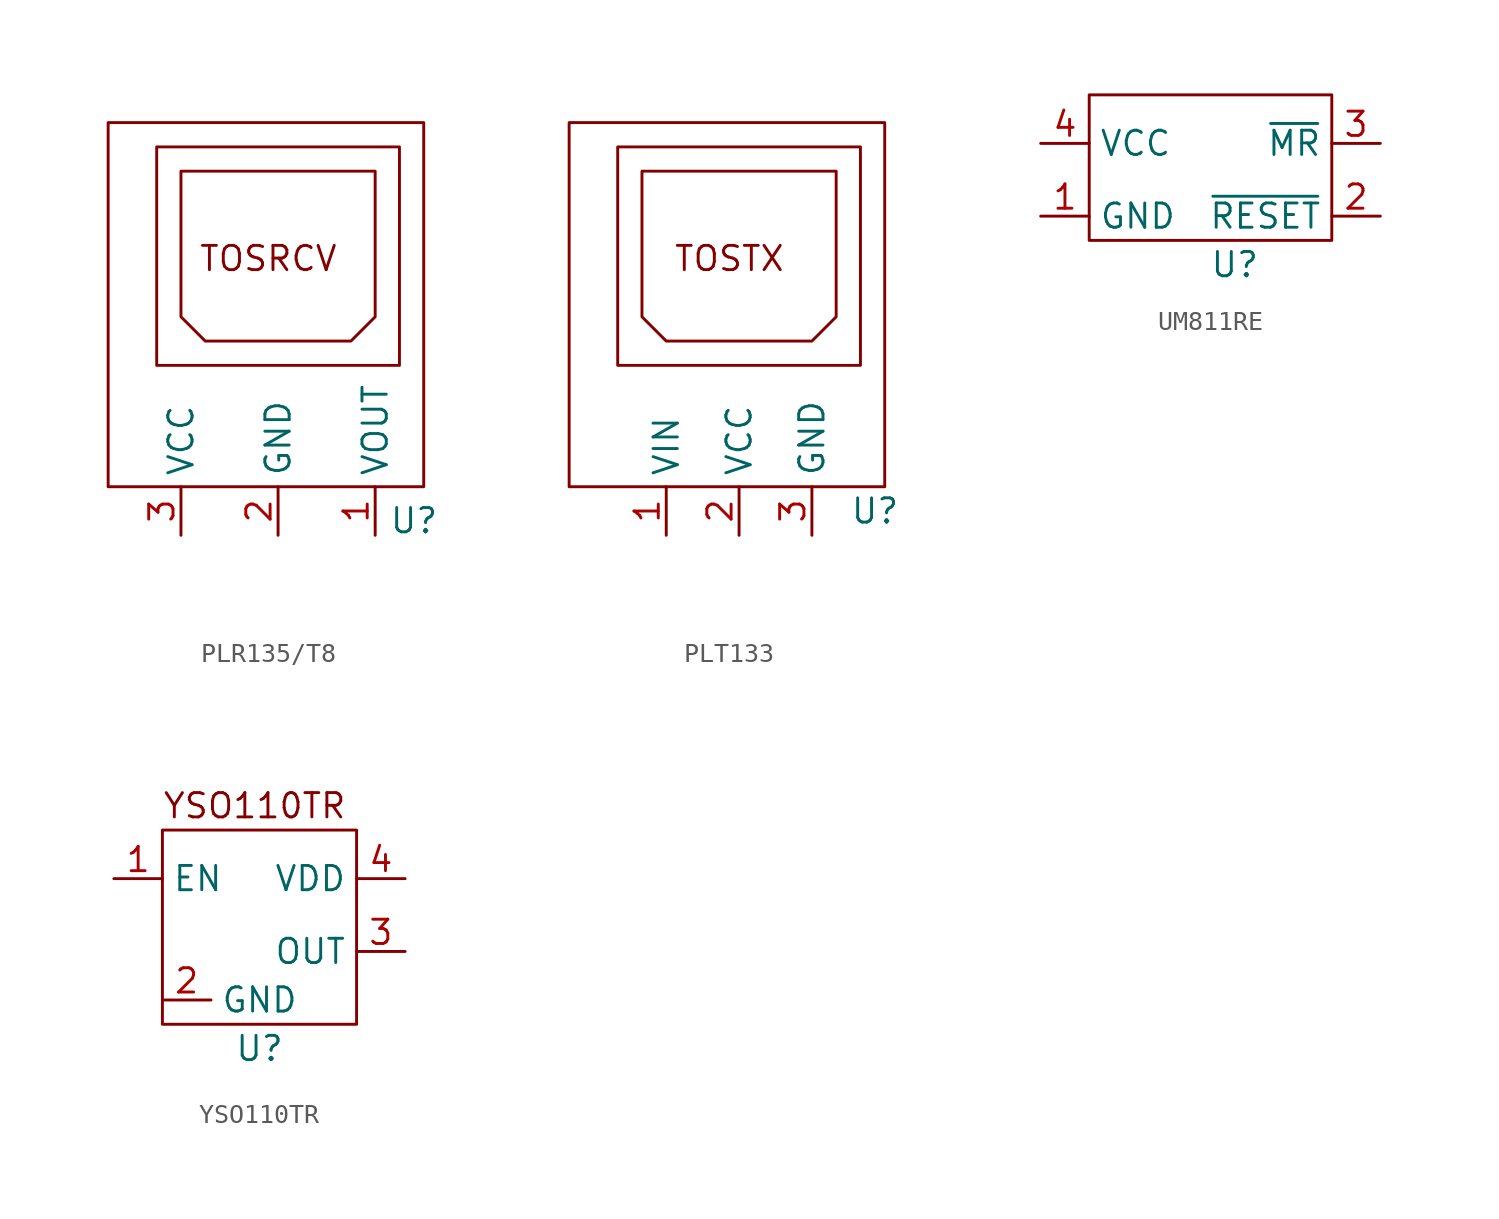
<source format=kicad_sym>
(kicad_symbol_lib
  (version 20231120)
  (generator "kicad_symbol_editor")
  (generator_version "8.0")
  (symbol "PLR135/T8"
    (property "Reference" "U"
      (at 7.112 3.302 0)
      (effects (font (size 1.27 1.27))))
    (property "Value" ""
      (at 0 0 0)
      (effects (font (size 1.27 1.27))))
    (symbol "PLR135/T8_0_1"
      (rectangle (start -8.89 24.13) (end 7.62 5.08) (stroke (width 0) (type default)) (fill (type none)))
      (rectangle (start -6.35 22.86) (end 6.35 11.43) (stroke (width 0) (type default)) (fill (type none)))
      (polyline (pts (xy -5.08 21.59) (xy 5.08 21.59) (xy 5.08 13.97) (xy 3.81 12.7) (xy -3.81 12.7) (xy -5.08 13.97) (xy -5.08 21.59)) (stroke (width 0) (type default)) (fill (type none))))
    (symbol "PLR135/T8_1_1"
      (text "TOSRCV" (at -0.508 17.018 0) (effects (font (size 1.27 1.27))))
      (pin output line (at 5.08 2.54 90) (length 2.54) (name "VOUT" (effects (font (size 1.27 1.27)))) (number "1" (effects (font (size 1.27 1.27)))))
      (pin power_in line (at 0 2.54 90) (length 2.54) (name "GND" (effects (font (size 1.27 1.27)))) (number "2" (effects (font (size 1.27 1.27)))))
      (pin power_in line (at -5.08 2.54 90) (length 2.54) (name "VCC" (effects (font (size 1.27 1.27)))) (number "3" (effects (font (size 1.27 1.27)))))))
  (symbol "PLT133"
    (property "Reference" "U"
      (at 7.112 3.81 0)
      (effects (font (size 1.27 1.27))))
    (property "Value" ""
      (at 0 0 0)
      (effects (font (size 1.27 1.27))))
    (symbol "PLT133_0_1"
      (rectangle (start -8.89 24.13) (end 7.62 5.08) (stroke (width 0) (type default)) (fill (type none)))
      (rectangle (start -6.35 22.86) (end 6.35 11.43) (stroke (width 0) (type default)) (fill (type none)))
      (polyline (pts (xy -5.08 21.59) (xy 5.08 21.59) (xy 5.08 13.97) (xy 3.81 12.7) (xy -3.81 12.7) (xy -5.08 13.97) (xy -5.08 21.59)) (stroke (width 0) (type default)) (fill (type none))))
    (symbol "PLT133_1_1"
      (text "TOSTX" (at -0.508 17.018 0) (effects (font (size 1.27 1.27))))
      (pin input line (at -3.81 2.54 90) (length 2.54) (name "VIN" (effects (font (size 1.27 1.27)))) (number "1" (effects (font (size 1.27 1.27)))))
      (pin power_in line (at 0 2.54 90) (length 2.54) (name "VCC" (effects (font (size 1.27 1.27)))) (number "2" (effects (font (size 1.27 1.27)))))
      (pin power_in line (at 3.81 2.54 90) (length 2.54) (name "GND" (effects (font (size 1.27 1.27)))) (number "3" (effects (font (size 1.27 1.27)))))))
  (symbol "UM811RE"
    (property "Reference" "U"
      (at 0 0 0)
      (effects (font (size 1.27 1.27))))
    (property "Value" ""
      (at 0 0 0)
      (effects (font (size 1.27 1.27))))
    (symbol "UM811RE_0_1"
      (rectangle (start -7.62 8.89) (end 5.08 1.27) (stroke (width 0) (type default)) (fill (type none))))
    (symbol "UM811RE_1_1"
      (pin power_in line (at -10.16 2.54 0) (length 2.54) (name "GND" (effects (font (size 1.27 1.27)))) (number "1" (effects (font (size 1.27 1.27)))))
      (pin output line (at 7.62 2.54 180) (length 2.54) (name "~{RESET}" (effects (font (size 1.27 1.27)))) (number "2" (effects (font (size 1.27 1.27)))))
      (pin input line (at 7.62 6.35 180) (length 2.54) (name "~{MR}" (effects (font (size 1.27 1.27)))) (number "3" (effects (font (size 1.27 1.27)))))
      (pin power_in line (at -10.16 6.35 0) (length 2.54) (name "VCC" (effects (font (size 1.27 1.27)))) (number "4" (effects (font (size 1.27 1.27)))))))
  (symbol "YSO110TR"
    (property "Reference" "U"
      (at 0 0 0)
      (effects (font (size 1.27 1.27))))
    (property "Value" ""
      (at 0 0 0)
      (effects (font (size 1.27 1.27))))
    (symbol "YSO110TR_0_1"
      (rectangle (start -5.08 11.43) (end 5.08 1.27) (stroke (width 0) (type default)) (fill (type none))))
    (symbol "YSO110TR_1_1"
      (text "YSO110TR" (at -0.254 12.7 0) (effects (font (size 1.27 1.27))))
      (pin input line (at -7.62 8.89 0) (length 2.54) (name "EN" (effects (font (size 1.27 1.27)))) (number "1" (effects (font (size 1.27 1.27)))))
      (pin power_in line (at -5.08 2.54 0) (length 2.54) (name "GND" (effects (font (size 1.27 1.27)))) (number "2" (effects (font (size 1.27 1.27)))))
      (pin output line (at 7.62 5.08 180) (length 2.54) (name "OUT" (effects (font (size 1.27 1.27)))) (number "3" (effects (font (size 1.27 1.27)))))
      (pin power_in line (at 7.62 8.89 180) (length 2.54) (name "VDD" (effects (font (size 1.27 1.27)))) (number "4" (effects (font (size 1.27 1.27))))))))
</source>
